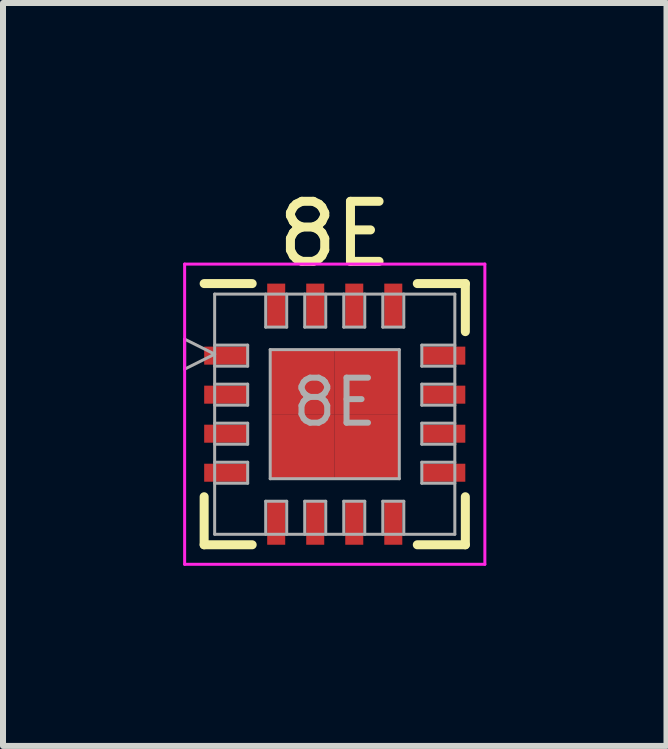
<source format=kicad_pcb>
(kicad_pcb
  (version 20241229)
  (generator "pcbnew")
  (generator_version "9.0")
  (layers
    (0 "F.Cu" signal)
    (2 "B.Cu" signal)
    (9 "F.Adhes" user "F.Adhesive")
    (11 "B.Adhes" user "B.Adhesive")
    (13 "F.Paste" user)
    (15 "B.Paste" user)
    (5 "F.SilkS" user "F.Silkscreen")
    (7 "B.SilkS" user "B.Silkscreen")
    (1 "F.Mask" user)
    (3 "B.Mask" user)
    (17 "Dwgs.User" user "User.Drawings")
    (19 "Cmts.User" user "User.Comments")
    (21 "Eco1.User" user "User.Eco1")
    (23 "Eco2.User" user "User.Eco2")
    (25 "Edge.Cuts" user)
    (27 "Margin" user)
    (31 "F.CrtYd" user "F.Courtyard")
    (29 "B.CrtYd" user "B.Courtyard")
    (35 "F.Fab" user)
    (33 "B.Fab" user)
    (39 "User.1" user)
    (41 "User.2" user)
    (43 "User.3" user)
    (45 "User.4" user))
  (footprint "8E"
    (layer "F.Cu")
    (at 2.525 3.848)
    (property "Reference" "8E" (at 0 -3 0) (layer "F.SilkS") (effects (font (size 1 1) (thickness 0.15))))
    (attr smd)
    (fp_line (start -2.175 -2.175) (end -1.375 -2.175) (stroke (width 0.15) (type solid)) (layer "F.SilkS"))
    (fp_line (start -2.175 2.175) (end -2.175 1.375) (stroke (width 0.15) (type solid)) (layer "F.SilkS"))
    (fp_line (start -2.175 2.175) (end -1.375 2.175) (stroke (width 0.15) (type solid)) (layer "F.SilkS"))
    (fp_line (start 2.175 -2.175) (end 1.375 -2.175) (stroke (width 0.15) (type solid)) (layer "F.SilkS"))
    (fp_line (start 2.175 -2.175) (end 2.175 -1.375) (stroke (width 0.15) (type solid)) (layer "F.SilkS"))
    (fp_line (start 2.175 2.175) (end 1.375 2.175) (stroke (width 0.15) (type solid)) (layer "F.SilkS"))
    (fp_line (start 2.175 2.175) (end 2.175 1.375) (stroke (width 0.15) (type solid)) (layer "F.SilkS"))
    (fp_line (start -2.5 -2.5) (end -2.5 2.5) (stroke (width 0.05) (type solid)) (layer "F.CrtYd"))
    (fp_line (start -2.5 -2.5) (end 2.5 -2.5) (stroke (width 0.05) (type solid)) (layer "F.CrtYd"))
    (fp_line (start -2.5 2.5) (end 2.5 2.5) (stroke (width 0.05) (type solid)) (layer "F.CrtYd"))
    (fp_line (start 2.5 -2.5) (end 2.5 2.5) (stroke (width 0.05) (type solid)) (layer "F.CrtYd"))
    (fp_line (start -2.5 -1.25) (end -2.5 -0.75) (stroke (width 0.05) (type solid)) (layer "F.Fab"))
    (fp_line (start -2.5 -0.75) (end -2 -1) (stroke (width 0.05) (type solid)) (layer "F.Fab"))
    (fp_line (start -2 -2) (end 2 -2) (stroke (width 0.05) (type solid)) (layer "F.Fab"))
    (fp_line (start -2 -1) (end -2.5 -1.25) (stroke (width 0.05) (type solid)) (layer "F.Fab"))
    (fp_line (start -2 -0.8) (end -1.45 -0.8) (stroke (width 0.05) (type solid)) (layer "F.Fab"))
    (fp_line (start -2 -0.15) (end -1.45 -0.15) (stroke (width 0.05) (type solid)) (layer "F.Fab"))
    (fp_line (start -2 0.5) (end -1.45 0.5) (stroke (width 0.05) (type solid)) (layer "F.Fab"))
    (fp_line (start -2 1.15) (end -1.45 1.15) (stroke (width 0.05) (type solid)) (layer "F.Fab"))
    (fp_line (start -2 2) (end -2 -2) (stroke (width 0.05) (type solid)) (layer "F.Fab"))
    (fp_line (start -1.45 -1.15) (end -2 -1.15) (stroke (width 0.05) (type solid)) (layer "F.Fab"))
    (fp_line (start -1.45 -0.8) (end -1.45 -1.15) (stroke (width 0.05) (type solid)) (layer "F.Fab"))
    (fp_line (start -1.45 -0.5) (end -2 -0.5) (stroke (width 0.05) (type solid)) (layer "F.Fab"))
    (fp_line (start -1.45 -0.15) (end -1.45 -0.5) (stroke (width 0.05) (type solid)) (layer "F.Fab"))
    (fp_line (start -1.45 0.15) (end -2 0.15) (stroke (width 0.05) (type solid)) (layer "F.Fab"))
    (fp_line (start -1.45 0.5) (end -1.45 0.15) (stroke (width 0.05) (type solid)) (layer "F.Fab"))
    (fp_line (start -1.45 0.8) (end -2 0.8) (stroke (width 0.05) (type solid)) (layer "F.Fab"))
    (fp_line (start -1.45 1.15) (end -1.45 0.8) (stroke (width 0.05) (type solid)) (layer "F.Fab"))
    (fp_line (start -1.15 -2) (end -1.15 -1.45) (stroke (width 0.05) (type solid)) (layer "F.Fab"))
    (fp_line (start -1.15 -1.45) (end -0.8 -1.45) (stroke (width 0.05) (type solid)) (layer "F.Fab"))
    (fp_line (start -1.15 1.45) (end -1.15 2) (stroke (width 0.05) (type solid)) (layer "F.Fab"))
    (fp_line (start -1.075 -1.075) (end 1.075 -1.075) (stroke (width 0.05) (type solid)) (layer "F.Fab"))
    (fp_line (start -1.075 1.075) (end -1.075 -1.075) (stroke (width 0.05) (type solid)) (layer "F.Fab"))
    (fp_line (start -0.8 -1.45) (end -0.8 -2) (stroke (width 0.05) (type solid)) (layer "F.Fab"))
    (fp_line (start -0.8 1.45) (end -1.15 1.45) (stroke (width 0.05) (type solid)) (layer "F.Fab"))
    (fp_line (start -0.8 2) (end -0.8 1.45) (stroke (width 0.05) (type solid)) (layer "F.Fab"))
    (fp_line (start -0.5 -2) (end -0.5 -1.45) (stroke (width 0.05) (type solid)) (layer "F.Fab"))
    (fp_line (start -0.5 -1.45) (end -0.15 -1.45) (stroke (width 0.05) (type solid)) (layer "F.Fab"))
    (fp_line (start -0.5 1.45) (end -0.5 2) (stroke (width 0.05) (type solid)) (layer "F.Fab"))
    (fp_line (start -0.15 -1.45) (end -0.15 -2) (stroke (width 0.05) (type solid)) (layer "F.Fab"))
    (fp_line (start -0.15 1.45) (end -0.5 1.45) (stroke (width 0.05) (type solid)) (layer "F.Fab"))
    (fp_line (start -0.15 2) (end -0.15 1.45) (stroke (width 0.05) (type solid)) (layer "F.Fab"))
    (fp_line (start 0.15 -2) (end 0.15 -1.45) (stroke (width 0.05) (type solid)) (layer "F.Fab"))
    (fp_line (start 0.15 -1.45) (end 0.5 -1.45) (stroke (width 0.05) (type solid)) (layer "F.Fab"))
    (fp_line (start 0.15 1.45) (end 0.15 2) (stroke (width 0.05) (type solid)) (layer "F.Fab"))
    (fp_line (start 0.5 -1.45) (end 0.5 -2) (stroke (width 0.05) (type solid)) (layer "F.Fab"))
    (fp_line (start 0.5 1.45) (end 0.15 1.45) (stroke (width 0.05) (type solid)) (layer "F.Fab"))
    (fp_line (start 0.5 2) (end 0.5 1.45) (stroke (width 0.05) (type solid)) (layer "F.Fab"))
    (fp_line (start 0.8 -2) (end 0.8 -1.45) (stroke (width 0.05) (type solid)) (layer "F.Fab"))
    (fp_line (start 0.8 -1.45) (end 1.15 -1.45) (stroke (width 0.05) (type solid)) (layer "F.Fab"))
    (fp_line (start 0.8 1.45) (end 0.8 2) (stroke (width 0.05) (type solid)) (layer "F.Fab"))
    (fp_line (start 1.075 -1.075) (end 1.075 1.075) (stroke (width 0.05) (type solid)) (layer "F.Fab"))
    (fp_line (start 1.075 1.075) (end -1.075 1.075) (stroke (width 0.05) (type solid)) (layer "F.Fab"))
    (fp_line (start 1.15 -1.45) (end 1.15 -2) (stroke (width 0.05) (type solid)) (layer "F.Fab"))
    (fp_line (start 1.15 1.45) (end 0.8 1.45) (stroke (width 0.05) (type solid)) (layer "F.Fab"))
    (fp_line (start 1.15 2) (end 1.15 1.45) (stroke (width 0.05) (type solid)) (layer "F.Fab"))
    (fp_line (start 1.45 -1.15) (end 1.45 -0.8) (stroke (width 0.05) (type solid)) (layer "F.Fab"))
    (fp_line (start 1.45 -0.8) (end 2 -0.8) (stroke (width 0.05) (type solid)) (layer "F.Fab"))
    (fp_line (start 1.45 -0.5) (end 1.45 -0.15) (stroke (width 0.05) (type solid)) (layer "F.Fab"))
    (fp_line (start 1.45 -0.15) (end 2 -0.15) (stroke (width 0.05) (type solid)) (layer "F.Fab"))
    (fp_line (start 1.45 0.15) (end 1.45 0.5) (stroke (width 0.05) (type solid)) (layer "F.Fab"))
    (fp_line (start 1.45 0.5) (end 2 0.5) (stroke (width 0.05) (type solid)) (layer "F.Fab"))
    (fp_line (start 1.45 0.8) (end 1.45 1.15) (stroke (width 0.05) (type solid)) (layer "F.Fab"))
    (fp_line (start 1.45 1.15) (end 2 1.15) (stroke (width 0.05) (type solid)) (layer "F.Fab"))
    (fp_line (start 2 -2) (end 2 2) (stroke (width 0.05) (type solid)) (layer "F.Fab"))
    (fp_line (start 2 -1.15) (end 1.45 -1.15) (stroke (width 0.05) (type solid)) (layer "F.Fab"))
    (fp_line (start 2 -0.5) (end 1.45 -0.5) (stroke (width 0.05) (type solid)) (layer "F.Fab"))
    (fp_line (start 2 0.15) (end 1.45 0.15) (stroke (width 0.05) (type solid)) (layer "F.Fab"))
    (fp_line (start 2 0.8) (end 1.45 0.8) (stroke (width 0.05) (type solid)) (layer "F.Fab"))
    (fp_line (start 2 2) (end -2 2) (stroke (width 0.05) (type solid)) (layer "F.Fab"))
    (fp_text user "${REFERENCE}" (at 0 -0.2 0) (layer "F.Fab") (effects (font (size 0.75 0.75) (thickness 0.1))))
    (pad "1" smd rect (at -1.812 -0.975) (size 0.725 0.3) (layers "F.Cu" "F.Mask" "F.Paste"))
    (pad "2" smd rect (at -1.812 -0.325) (size 0.725 0.3) (layers "F.Cu" "F.Mask" "F.Paste"))
    (pad "3" smd rect (at -1.812 0.325) (size 0.725 0.3) (layers "F.Cu" "F.Mask" "F.Paste"))
    (pad "4" smd rect (at -1.812 0.975) (size 0.725 0.3) (layers "F.Cu" "F.Mask" "F.Paste"))
    (pad "5" smd rect (at -0.975 1.812 90) (size 0.725 0.3) (layers "F.Cu" "F.Mask" "F.Paste"))
    (pad "6" smd rect (at -0.325 1.812 90) (size 0.725 0.3) (layers "F.Cu" "F.Mask" "F.Paste"))
    (pad "7" smd rect (at 0.325 1.812 90) (size 0.725 0.3) (layers "F.Cu" "F.Mask" "F.Paste"))
    (pad "8" smd rect (at 0.975 1.812 90) (size 0.725 0.3) (layers "F.Cu" "F.Mask" "F.Paste"))
    (pad "9" smd rect (at 1.812 0.975) (size 0.725 0.3) (layers "F.Cu" "F.Mask" "F.Paste"))
    (pad "10" smd rect (at 1.812 0.325) (size 0.725 0.3) (layers "F.Cu" "F.Mask" "F.Paste"))
    (pad "11" smd rect (at 1.812 -0.325) (size 0.725 0.3) (layers "F.Cu" "F.Mask" "F.Paste"))
    (pad "12" smd rect (at 1.812 -0.975) (size 0.725 0.3) (layers "F.Cu" "F.Mask" "F.Paste"))
    (pad "13" smd rect (at 0.975 -1.812 90) (size 0.725 0.3) (layers "F.Cu" "F.Mask" "F.Paste"))
    (pad "14" smd rect (at 0.325 -1.812 90) (size 0.725 0.3) (layers "F.Cu" "F.Mask" "F.Paste"))
    (pad "15" smd rect (at -0.325 -1.812 90) (size 0.725 0.3) (layers "F.Cu" "F.Mask" "F.Paste"))
    (pad "16" smd rect (at -0.975 -1.812 90) (size 0.725 0.3) (layers "F.Cu" "F.Mask" "F.Paste"))
    (pad "17" smd rect (at -0.537 -0.537) (size 1.075 1.075) (layers "F.Cu" "F.Mask" "F.Paste"))
    (pad "17" smd rect (at -0.537 0.537) (size 1.075 1.075) (layers "F.Cu" "F.Mask" "F.Paste"))
    (pad "17" smd rect (at 0.537 -0.537) (size 1.075 1.075) (layers "F.Cu" "F.Mask" "F.Paste"))
    (pad "17" smd rect (at 0.537 0.537) (size 1.075 1.075) (layers "F.Cu" "F.Mask" "F.Paste")))
  (gr_rect
    (start -3 -3)
    (end 8.05 9.373)
    (stroke (width 0.1) (type default))
    (fill no)
    (layer "Edge.Cuts")))
</source>
